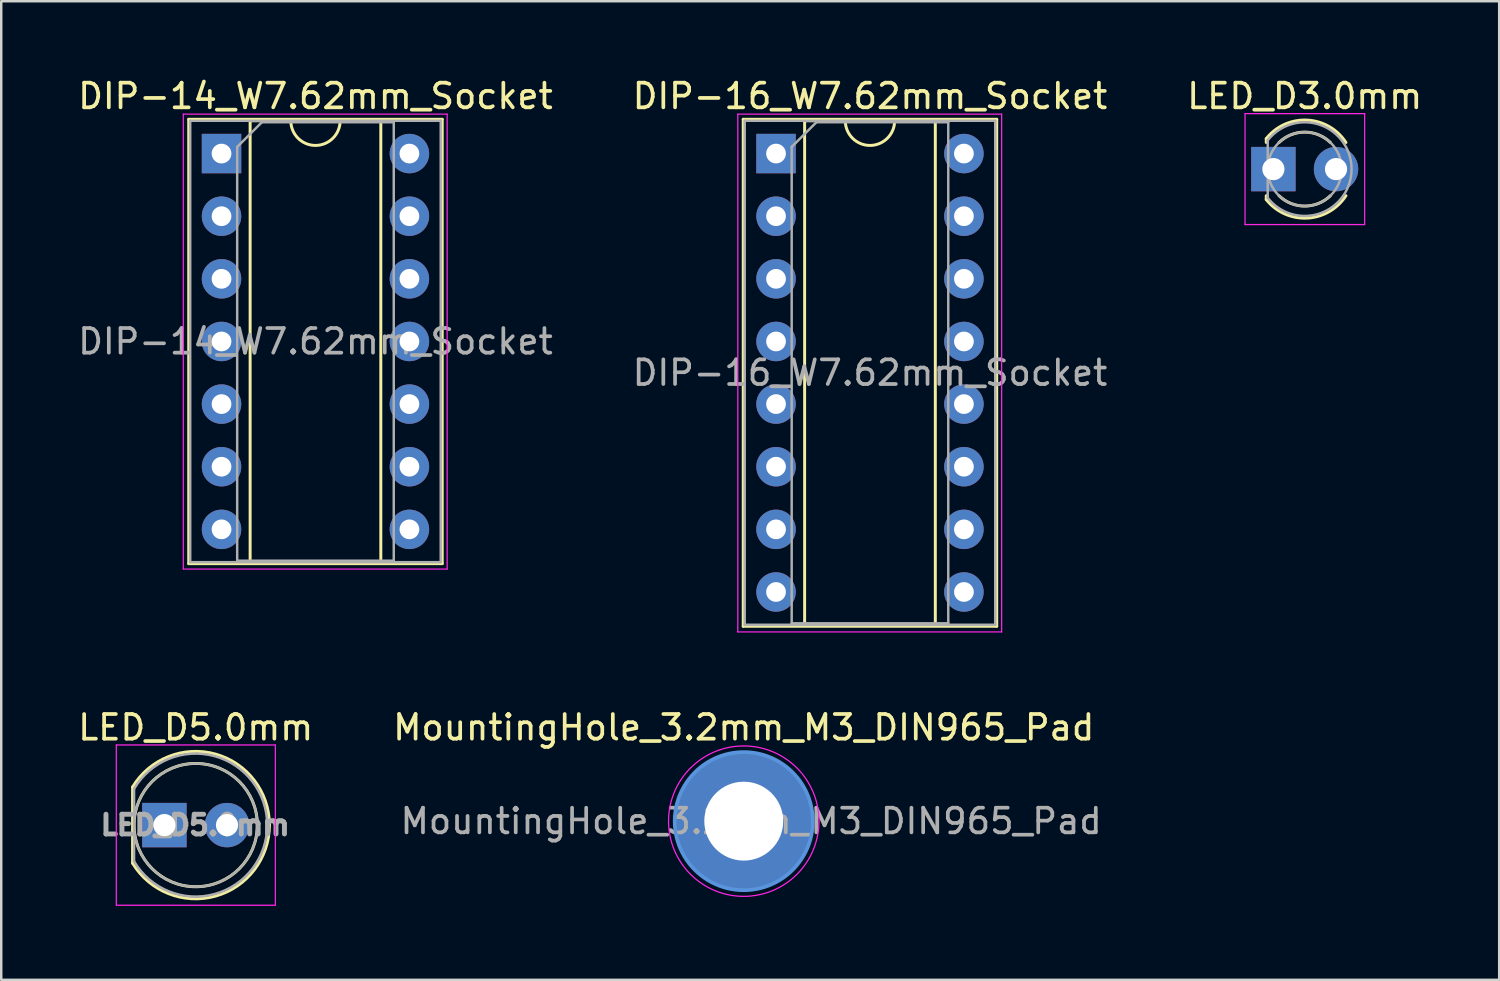
<source format=kicad_pcb>
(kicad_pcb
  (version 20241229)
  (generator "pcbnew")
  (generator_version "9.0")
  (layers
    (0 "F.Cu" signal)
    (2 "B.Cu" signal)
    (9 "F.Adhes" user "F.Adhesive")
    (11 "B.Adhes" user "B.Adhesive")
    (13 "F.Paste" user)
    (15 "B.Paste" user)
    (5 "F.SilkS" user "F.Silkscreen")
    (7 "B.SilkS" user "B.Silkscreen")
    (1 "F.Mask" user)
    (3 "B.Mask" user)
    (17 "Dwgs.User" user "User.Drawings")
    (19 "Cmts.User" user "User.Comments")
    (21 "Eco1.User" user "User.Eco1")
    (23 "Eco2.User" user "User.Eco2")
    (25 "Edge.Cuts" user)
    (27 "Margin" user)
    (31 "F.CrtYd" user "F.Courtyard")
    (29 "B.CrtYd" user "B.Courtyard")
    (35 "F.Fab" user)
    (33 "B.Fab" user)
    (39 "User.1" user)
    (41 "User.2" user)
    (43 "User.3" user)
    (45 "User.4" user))
  (footprint "MountingHole_3.2mm_M3_DIN965_Pad"
    (layer "F.Cu")
    (at 27.113 30.252)
    (property "Reference" "MountingHole_3.2mm_M3_DIN965_Pad" (at 0 -3.8 0) (layer "F.SilkS") (effects (font (size 1 1) (thickness 0.15))))
    (attr exclude_from_pos_files)
    (fp_circle (center 0 0) (end 2.8 0) (stroke (width 0.15) (type solid)) (fill no) (layer "Cmts.User"))
    (fp_circle (center 0 0) (end 3.05 0) (stroke (width 0.05) (type solid)) (fill no) (layer "F.CrtYd"))
    (fp_text user "${REFERENCE}" (at 0.3 0 0) (layer "F.Fab") (effects (font (size 1 1) (thickness 0.15))))
    (pad "1" thru_hole circle (at 0 0) (size 5.6 5.6) (drill 3.2) (layers "*.Cu" "*.Mask")))
  (footprint "DIP-14_W7.62mm_Socket"
    (layer "F.Cu")
    (at 5.934 3.178)
    (property "Reference" "DIP-14_W7.62mm_Socket" (at 3.81 -2.33 0) (layer "F.SilkS") (effects (font (size 1 1) (thickness 0.15))))
    (attr through_hole)
    (fp_line (start -1.33 -1.39) (end -1.33 16.63) (stroke (width 0.12) (type solid)) (layer "F.SilkS"))
    (fp_line (start -1.33 16.63) (end 8.95 16.63) (stroke (width 0.12) (type solid)) (layer "F.SilkS"))
    (fp_line (start 1.16 -1.33) (end 1.16 16.57) (stroke (width 0.12) (type solid)) (layer "F.SilkS"))
    (fp_line (start 1.16 16.57) (end 6.46 16.57) (stroke (width 0.12) (type solid)) (layer "F.SilkS"))
    (fp_line (start 2.81 -1.33) (end 1.16 -1.33) (stroke (width 0.12) (type solid)) (layer "F.SilkS"))
    (fp_line (start 6.46 -1.33) (end 4.81 -1.33) (stroke (width 0.12) (type solid)) (layer "F.SilkS"))
    (fp_line (start 6.46 16.57) (end 6.46 -1.33) (stroke (width 0.12) (type solid)) (layer "F.SilkS"))
    (fp_line (start 8.95 -1.39) (end -1.33 -1.39) (stroke (width 0.12) (type solid)) (layer "F.SilkS"))
    (fp_line (start 8.95 16.63) (end 8.95 -1.39) (stroke (width 0.12) (type solid)) (layer "F.SilkS"))
    (fp_arc (start 4.81 -1.33) (mid 3.81 -0.33) (end 2.81 -1.33) (stroke (width 0.12) (type solid)) (layer "F.SilkS"))
    (fp_line (start -1.55 -1.6) (end -1.55 16.85) (stroke (width 0.05) (type solid)) (layer "F.CrtYd"))
    (fp_line (start -1.55 16.85) (end 9.15 16.85) (stroke (width 0.05) (type solid)) (layer "F.CrtYd"))
    (fp_line (start 9.15 -1.6) (end -1.55 -1.6) (stroke (width 0.05) (type solid)) (layer "F.CrtYd"))
    (fp_line (start 9.15 16.85) (end 9.15 -1.6) (stroke (width 0.05) (type solid)) (layer "F.CrtYd"))
    (fp_line (start -1.27 -1.33) (end -1.27 16.57) (stroke (width 0.1) (type solid)) (layer "F.Fab"))
    (fp_line (start -1.27 16.57) (end 8.89 16.57) (stroke (width 0.1) (type solid)) (layer "F.Fab"))
    (fp_line (start 0.635 -0.27) (end 1.635 -1.27) (stroke (width 0.1) (type solid)) (layer "F.Fab"))
    (fp_line (start 0.635 16.51) (end 0.635 -0.27) (stroke (width 0.1) (type solid)) (layer "F.Fab"))
    (fp_line (start 1.635 -1.27) (end 6.985 -1.27) (stroke (width 0.1) (type solid)) (layer "F.Fab"))
    (fp_line (start 6.985 -1.27) (end 6.985 16.51) (stroke (width 0.1) (type solid)) (layer "F.Fab"))
    (fp_line (start 6.985 16.51) (end 0.635 16.51) (stroke (width 0.1) (type solid)) (layer "F.Fab"))
    (fp_line (start 8.89 -1.33) (end -1.27 -1.33) (stroke (width 0.1) (type solid)) (layer "F.Fab"))
    (fp_line (start 8.89 16.57) (end 8.89 -1.33) (stroke (width 0.1) (type solid)) (layer "F.Fab"))
    (fp_text user "${REFERENCE}" (at 3.81 7.62 0) (layer "F.Fab") (effects (font (size 1 1) (thickness 0.15))))
    (pad "1" thru_hole rect (at 0 0) (size 1.6 1.6) (drill 0.8) (layers "*.Cu" "*.Mask"))
    (pad "2" thru_hole oval (at 0 2.54) (size 1.6 1.6) (drill 0.8) (layers "*.Cu" "*.Mask"))
    (pad "3" thru_hole oval (at 0 5.08) (size 1.6 1.6) (drill 0.8) (layers "*.Cu" "*.Mask"))
    (pad "4" thru_hole oval (at 0 7.62) (size 1.6 1.6) (drill 0.8) (layers "*.Cu" "*.Mask"))
    (pad "5" thru_hole oval (at 0 10.16) (size 1.6 1.6) (drill 0.8) (layers "*.Cu" "*.Mask"))
    (pad "6" thru_hole oval (at 0 12.7) (size 1.6 1.6) (drill 0.8) (layers "*.Cu" "*.Mask"))
    (pad "7" thru_hole oval (at 0 15.24) (size 1.6 1.6) (drill 0.8) (layers "*.Cu" "*.Mask"))
    (pad "8" thru_hole oval (at 7.62 15.24) (size 1.6 1.6) (drill 0.8) (layers "*.Cu" "*.Mask"))
    (pad "9" thru_hole oval (at 7.62 12.7) (size 1.6 1.6) (drill 0.8) (layers "*.Cu" "*.Mask"))
    (pad "10" thru_hole oval (at 7.62 10.16) (size 1.6 1.6) (drill 0.8) (layers "*.Cu" "*.Mask"))
    (pad "11" thru_hole oval (at 7.62 7.62) (size 1.6 1.6) (drill 0.8) (layers "*.Cu" "*.Mask"))
    (pad "12" thru_hole oval (at 7.62 5.08) (size 1.6 1.6) (drill 0.8) (layers "*.Cu" "*.Mask"))
    (pad "13" thru_hole oval (at 7.62 2.54) (size 1.6 1.6) (drill 0.8) (layers "*.Cu" "*.Mask"))
    (pad "14" thru_hole oval (at 7.62 0) (size 1.6 1.6) (drill 0.8) (layers "*.Cu" "*.Mask")))
  (footprint "LED_D3.0mm"
    (layer "F.Cu")
    (at 48.593 3.808)
    (property "Reference" "LED_D3.0mm" (at 1.27 -2.96 0) (layer "F.SilkS") (effects (font (size 1 1) (thickness 0.15))))
    (attr through_hole)
    (fp_line (start -0.29 -1.236) (end -0.29 -1.08) (stroke (width 0.12) (type solid)) (layer "F.SilkS"))
    (fp_line (start -0.29 1.08) (end -0.29 1.236) (stroke (width 0.12) (type solid)) (layer "F.SilkS"))
    (fp_arc (start -0.29 -1.235516) (mid 1.366487 -1.987659) (end 2.942335 -1.078608) (stroke (width 0.12) (type solid)) (layer "F.SilkS"))
    (fp_arc (start 0.229039 -1.08) (mid 1.270117 -1.5) (end 2.31113 -1.079837) (stroke (width 0.12) (type solid)) (layer "F.SilkS"))
    (fp_arc (start 2.31113 1.079837) (mid 1.270117 1.5) (end 0.229039 1.08) (stroke (width 0.12) (type solid)) (layer "F.SilkS"))
    (fp_arc (start 2.942335 1.078608) (mid 1.366487 1.987659) (end -0.29 1.235516) (stroke (width 0.12) (type solid)) (layer "F.SilkS"))
    (fp_line (start -1.15 -2.25) (end -1.15 2.25) (stroke (width 0.05) (type solid)) (layer "F.CrtYd"))
    (fp_line (start -1.15 2.25) (end 3.7 2.25) (stroke (width 0.05) (type solid)) (layer "F.CrtYd"))
    (fp_line (start 3.7 -2.25) (end -1.15 -2.25) (stroke (width 0.05) (type solid)) (layer "F.CrtYd"))
    (fp_line (start 3.7 2.25) (end 3.7 -2.25) (stroke (width 0.05) (type solid)) (layer "F.CrtYd"))
    (fp_line (start -0.23 -1.166) (end -0.23 1.166) (stroke (width 0.1) (type solid)) (layer "F.Fab"))
    (fp_arc (start -0.23 -1.16619) (mid 3.17 0.000452) (end -0.230555 1.165476) (stroke (width 0.1) (type solid)) (layer "F.Fab"))
    (fp_circle (center 1.27 0) (end 2.77 0) (stroke (width 0.1) (type solid)) (fill no) (layer "F.Fab"))
    (pad "1" thru_hole rect (at 0 0) (size 1.8 1.8) (drill 0.9) (layers "*.Cu" "*.Mask"))
    (pad "2" thru_hole circle (at 2.54 0) (size 1.8 1.8) (drill 0.9) (layers "*.Cu" "*.Mask")))
  (footprint "LED_D5.0mm"
    (layer "F.Cu")
    (at 3.617 30.412)
    (property "Reference" "LED_D5.0mm" (at 1.27 -3.96 0) (layer "F.SilkS") (effects (font (size 1 1) (thickness 0.15))))
    (attr through_hole)
    (fp_line (start -1.29 -1.545) (end -1.29 1.545) (stroke (width 0.12) (type solid)) (layer "F.SilkS"))
    (fp_arc (start -1.29 -1.54483) (mid 2.072002 -2.880433) (end 4.26 0.000462) (stroke (width 0.12) (type solid)) (layer "F.SilkS"))
    (fp_arc (start 4.26 -0.000462) (mid 2.072002 2.880433) (end -1.29 1.54483) (stroke (width 0.12) (type solid)) (layer "F.SilkS"))
    (fp_circle (center 1.27 0) (end 3.77 0) (stroke (width 0.12) (type solid)) (fill no) (layer "F.SilkS"))
    (fp_line (start -1.95 -3.25) (end -1.95 3.25) (stroke (width 0.05) (type solid)) (layer "F.CrtYd"))
    (fp_line (start -1.95 3.25) (end 4.5 3.25) (stroke (width 0.05) (type solid)) (layer "F.CrtYd"))
    (fp_line (start 4.5 -3.25) (end -1.95 -3.25) (stroke (width 0.05) (type solid)) (layer "F.CrtYd"))
    (fp_line (start 4.5 3.25) (end 4.5 -3.25) (stroke (width 0.05) (type solid)) (layer "F.CrtYd"))
    (fp_line (start -1.23 -1.47) (end -1.23 1.47) (stroke (width 0.1) (type solid)) (layer "F.Fab"))
    (fp_arc (start -1.23 -1.469694) (mid 4.17 0.000016) (end -1.230016 1.469666) (stroke (width 0.1) (type solid)) (layer "F.Fab"))
    (fp_circle (center 1.27 0) (end 3.77 0) (stroke (width 0.1) (type solid)) (fill no) (layer "F.Fab"))
    (fp_text user "${REFERENCE}" (at 1.25 0 0) (layer "F.Fab") (effects (font (size 0.8 0.8) (thickness 0.2))))
    (pad "1" thru_hole rect (at 0 0) (size 1.8 1.8) (drill 0.9) (layers "*.Cu" "*.Mask"))
    (pad "2" thru_hole circle (at 2.54 0) (size 1.8 1.8) (drill 0.9) (layers "*.Cu" "*.Mask")))
  (footprint "DIP-16_W7.62mm_Socket"
    (layer "F.Cu")
    (at 28.422 3.178)
    (property "Reference" "DIP-16_W7.62mm_Socket" (at 3.81 -2.33 0) (layer "F.SilkS") (effects (font (size 1 1) (thickness 0.15))))
    (attr through_hole)
    (fp_line (start -1.33 -1.39) (end -1.33 19.17) (stroke (width 0.12) (type solid)) (layer "F.SilkS"))
    (fp_line (start -1.33 19.17) (end 8.95 19.17) (stroke (width 0.12) (type solid)) (layer "F.SilkS"))
    (fp_line (start 1.16 -1.33) (end 1.16 19.11) (stroke (width 0.12) (type solid)) (layer "F.SilkS"))
    (fp_line (start 1.16 19.11) (end 6.46 19.11) (stroke (width 0.12) (type solid)) (layer "F.SilkS"))
    (fp_line (start 2.81 -1.33) (end 1.16 -1.33) (stroke (width 0.12) (type solid)) (layer "F.SilkS"))
    (fp_line (start 6.46 -1.33) (end 4.81 -1.33) (stroke (width 0.12) (type solid)) (layer "F.SilkS"))
    (fp_line (start 6.46 19.11) (end 6.46 -1.33) (stroke (width 0.12) (type solid)) (layer "F.SilkS"))
    (fp_line (start 8.95 -1.39) (end -1.33 -1.39) (stroke (width 0.12) (type solid)) (layer "F.SilkS"))
    (fp_line (start 8.95 19.17) (end 8.95 -1.39) (stroke (width 0.12) (type solid)) (layer "F.SilkS"))
    (fp_arc (start 4.81 -1.33) (mid 3.81 -0.33) (end 2.81 -1.33) (stroke (width 0.12) (type solid)) (layer "F.SilkS"))
    (fp_line (start -1.55 -1.6) (end -1.55 19.4) (stroke (width 0.05) (type solid)) (layer "F.CrtYd"))
    (fp_line (start -1.55 19.4) (end 9.15 19.4) (stroke (width 0.05) (type solid)) (layer "F.CrtYd"))
    (fp_line (start 9.15 -1.6) (end -1.55 -1.6) (stroke (width 0.05) (type solid)) (layer "F.CrtYd"))
    (fp_line (start 9.15 19.4) (end 9.15 -1.6) (stroke (width 0.05) (type solid)) (layer "F.CrtYd"))
    (fp_line (start -1.27 -1.33) (end -1.27 19.11) (stroke (width 0.1) (type solid)) (layer "F.Fab"))
    (fp_line (start -1.27 19.11) (end 8.89 19.11) (stroke (width 0.1) (type solid)) (layer "F.Fab"))
    (fp_line (start 0.635 -0.27) (end 1.635 -1.27) (stroke (width 0.1) (type solid)) (layer "F.Fab"))
    (fp_line (start 0.635 19.05) (end 0.635 -0.27) (stroke (width 0.1) (type solid)) (layer "F.Fab"))
    (fp_line (start 1.635 -1.27) (end 6.985 -1.27) (stroke (width 0.1) (type solid)) (layer "F.Fab"))
    (fp_line (start 6.985 -1.27) (end 6.985 19.05) (stroke (width 0.1) (type solid)) (layer "F.Fab"))
    (fp_line (start 6.985 19.05) (end 0.635 19.05) (stroke (width 0.1) (type solid)) (layer "F.Fab"))
    (fp_line (start 8.89 -1.33) (end -1.27 -1.33) (stroke (width 0.1) (type solid)) (layer "F.Fab"))
    (fp_line (start 8.89 19.11) (end 8.89 -1.33) (stroke (width 0.1) (type solid)) (layer "F.Fab"))
    (fp_text user "${REFERENCE}" (at 3.81 8.89 0) (layer "F.Fab") (effects (font (size 1 1) (thickness 0.15))))
    (pad "1" thru_hole rect (at 0 0) (size 1.6 1.6) (drill 0.8) (layers "*.Cu" "*.Mask"))
    (pad "2" thru_hole oval (at 0 2.54) (size 1.6 1.6) (drill 0.8) (layers "*.Cu" "*.Mask"))
    (pad "3" thru_hole oval (at 0 5.08) (size 1.6 1.6) (drill 0.8) (layers "*.Cu" "*.Mask"))
    (pad "4" thru_hole oval (at 0 7.62) (size 1.6 1.6) (drill 0.8) (layers "*.Cu" "*.Mask"))
    (pad "5" thru_hole oval (at 0 10.16) (size 1.6 1.6) (drill 0.8) (layers "*.Cu" "*.Mask"))
    (pad "6" thru_hole oval (at 0 12.7) (size 1.6 1.6) (drill 0.8) (layers "*.Cu" "*.Mask"))
    (pad "7" thru_hole oval (at 0 15.24) (size 1.6 1.6) (drill 0.8) (layers "*.Cu" "*.Mask"))
    (pad "8" thru_hole oval (at 0 17.78) (size 1.6 1.6) (drill 0.8) (layers "*.Cu" "*.Mask"))
    (pad "9" thru_hole oval (at 7.62 17.78) (size 1.6 1.6) (drill 0.8) (layers "*.Cu" "*.Mask"))
    (pad "10" thru_hole oval (at 7.62 15.24) (size 1.6 1.6) (drill 0.8) (layers "*.Cu" "*.Mask"))
    (pad "11" thru_hole oval (at 7.62 12.7) (size 1.6 1.6) (drill 0.8) (layers "*.Cu" "*.Mask"))
    (pad "12" thru_hole oval (at 7.62 10.16) (size 1.6 1.6) (drill 0.8) (layers "*.Cu" "*.Mask"))
    (pad "13" thru_hole oval (at 7.62 7.62) (size 1.6 1.6) (drill 0.8) (layers "*.Cu" "*.Mask"))
    (pad "14" thru_hole oval (at 7.62 5.08) (size 1.6 1.6) (drill 0.8) (layers "*.Cu" "*.Mask"))
    (pad "15" thru_hole oval (at 7.62 2.54) (size 1.6 1.6) (drill 0.8) (layers "*.Cu" "*.Mask"))
    (pad "16" thru_hole oval (at 7.62 0) (size 1.6 1.6) (drill 0.8) (layers "*.Cu" "*.Mask")))
  (gr_rect
    (start -3 -3)
    (end 57.75 36.687)
    (stroke (width 0.1) (type default))
    (fill no)
    (layer "Edge.Cuts")))
</source>
